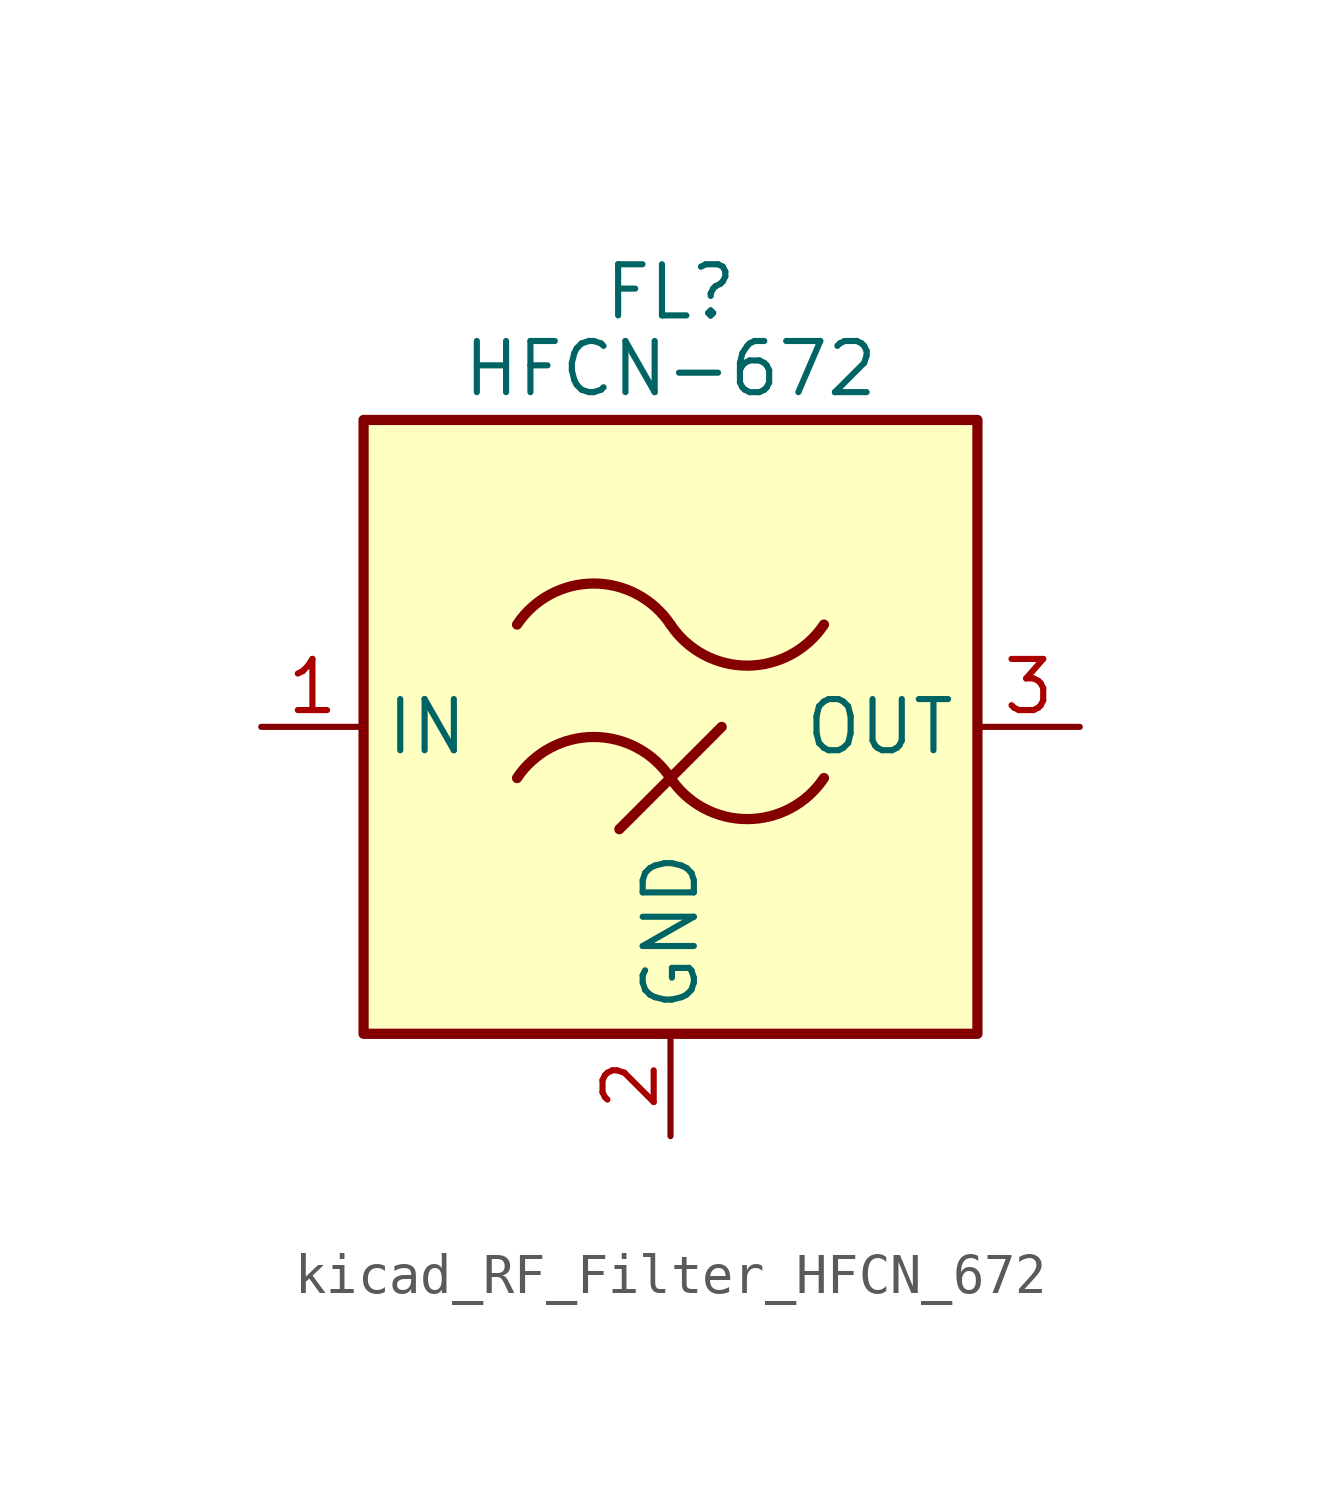
<source format=kicad_sym>
(kicad_symbol_lib
  (version 20220914)
  (generator kicad_symbol_editor)
  (symbol "kicad_RF_Filter_HFCN_672"
    (property "Reference" "FL"
      (at 0 10.795 0)
      (effects (font (size 1.27 1.27))))
    (property "Value" "HFCN-672"
      (at 0 8.89 0)
      (effects (font (size 1.27 1.27))))
    (symbol "kicad_RF_Filter_HFCN_672_0_1"
      (rectangle (start -7.62 7.62) (end 7.62 -7.62) (stroke (width 0.254) (type default)) (fill (type background)))
      (arc (start 0 -1.27) (mid -1.905 -0.2505) (end -3.81 -1.27) (stroke (width 0.254) (type default)) (fill (type none)))
      (arc (start 0 -1.27) (mid 1.905 -2.2895) (end 3.81 -1.27) (stroke (width 0.254) (type default)) (fill (type none)))
      (polyline (pts (xy -1.27 -2.54) (xy 1.27 0)) (stroke (width 0.254) (type default)) (fill (type none)))
      (arc (start 0 2.54) (mid -1.905 3.5595) (end -3.81 2.54) (stroke (width 0.254) (type default)) (fill (type none)))
      (arc (start 0 2.54) (mid 1.905 1.5205) (end 3.81 2.54) (stroke (width 0.254) (type default)) (fill (type none))))
    (symbol "kicad_RF_Filter_HFCN_672_1_1"
      (pin passive line (at -10.16 0 0) (length 2.54) (name "IN" (effects (font (size 1.27 1.27)))) (number "1" (effects (font (size 1.27 1.27)))))
      (pin passive line (at 0 -10.16 90) (length 2.54) (name "GND" (effects (font (size 1.27 1.27)))) (number "2" (effects (font (size 1.27 1.27)))))
      (pin passive line (at 10.16 0 180) (length 2.54) (name "OUT" (effects (font (size 1.27 1.27)))) (number "3" (effects (font (size 1.27 1.27)))))
      (pin passive line (at 0 -10.16 90) (length 2.54) hide (name "GND" (effects (font (size 1.27 1.27)))) (number "4" (effects (font (size 1.27 1.27)))))
      (pin passive line (at 0 -10.16 90) (length 2.54) hide (name "GND" (effects (font (size 1.27 1.27)))) (number "5" (effects (font (size 1.27 1.27)))))
      (pin passive line (at 0 -10.16 90) (length 2.54) hide (name "GND" (effects (font (size 1.27 1.27)))) (number "6" (effects (font (size 1.27 1.27))))))))
</source>
